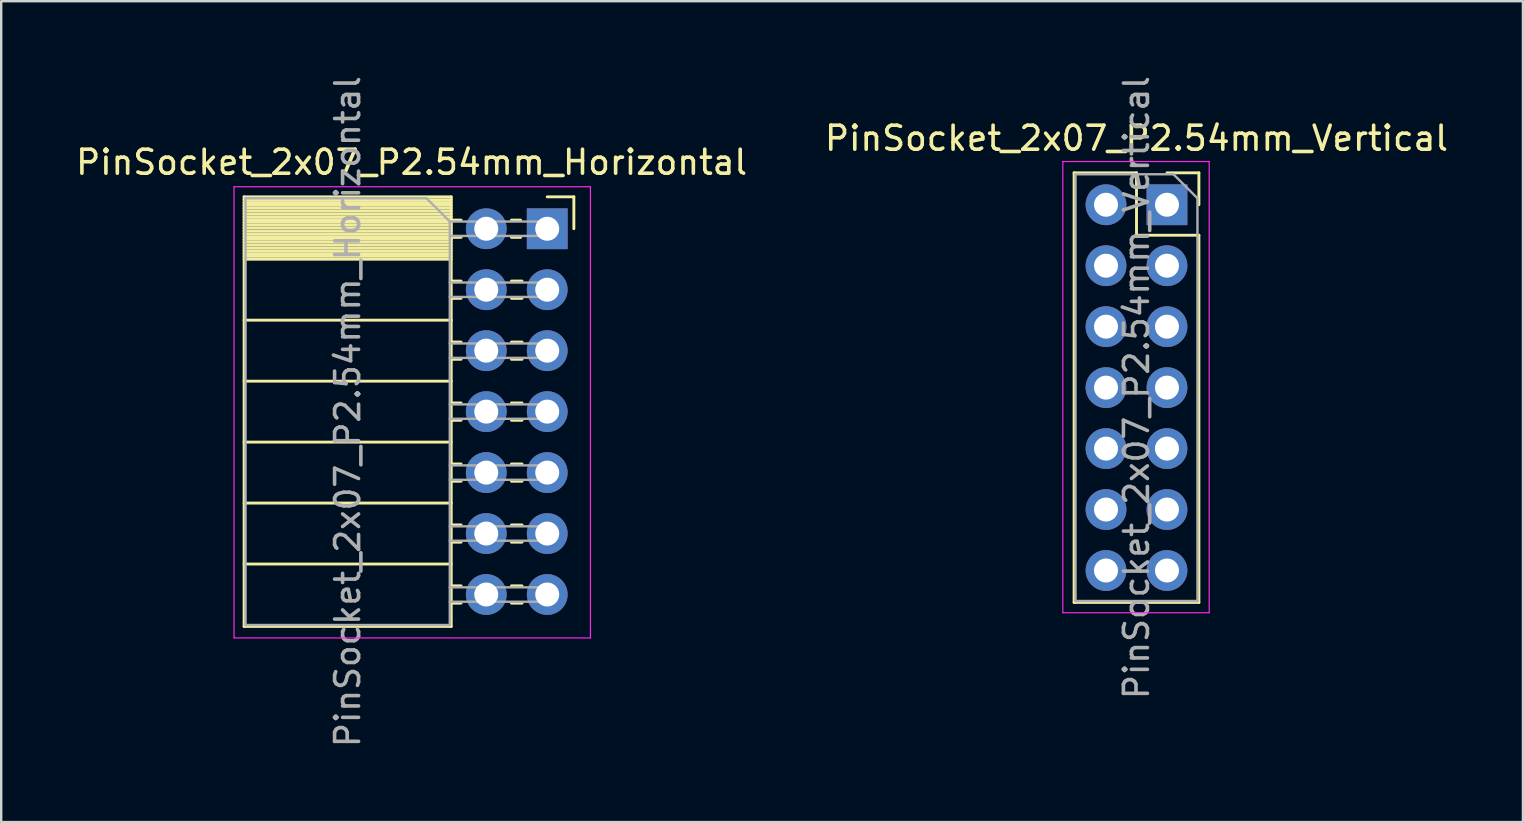
<source format=kicad_pcb>
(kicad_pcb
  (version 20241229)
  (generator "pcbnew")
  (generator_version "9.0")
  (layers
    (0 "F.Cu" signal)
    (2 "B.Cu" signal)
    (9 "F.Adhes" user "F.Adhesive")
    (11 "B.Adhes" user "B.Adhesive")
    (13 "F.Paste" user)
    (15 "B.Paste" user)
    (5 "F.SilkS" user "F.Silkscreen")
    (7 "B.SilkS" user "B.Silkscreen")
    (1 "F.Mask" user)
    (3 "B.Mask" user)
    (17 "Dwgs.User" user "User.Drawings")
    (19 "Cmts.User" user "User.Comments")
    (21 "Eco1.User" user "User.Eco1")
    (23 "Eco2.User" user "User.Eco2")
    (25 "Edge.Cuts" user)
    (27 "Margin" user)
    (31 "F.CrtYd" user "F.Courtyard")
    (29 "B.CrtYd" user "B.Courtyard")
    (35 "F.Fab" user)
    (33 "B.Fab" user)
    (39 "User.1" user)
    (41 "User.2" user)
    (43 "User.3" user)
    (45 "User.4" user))
  (footprint "PinSocket_2x07_P2.54mm_Vertical"
    (layer "F.Cu")
    (at 45.574 5.481)
    (property "Reference" "PinSocket_2x07_P2.54mm_Vertical" (at -1.27 -2.77 0) (layer "F.SilkS") (effects (font (size 1 1) (thickness 0.15))))
    (attr through_hole)
    (fp_line (start -3.87 -1.33) (end -3.87 16.57) (stroke (width 0.12) (type solid)) (layer "F.SilkS"))
    (fp_line (start -3.87 -1.33) (end -1.27 -1.33) (stroke (width 0.12) (type solid)) (layer "F.SilkS"))
    (fp_line (start -3.87 16.57) (end 1.33 16.57) (stroke (width 0.12) (type solid)) (layer "F.SilkS"))
    (fp_line (start -1.27 -1.33) (end -1.27 1.27) (stroke (width 0.12) (type solid)) (layer "F.SilkS"))
    (fp_line (start -1.27 1.27) (end 1.33 1.27) (stroke (width 0.12) (type solid)) (layer "F.SilkS"))
    (fp_line (start 0 -1.33) (end 1.33 -1.33) (stroke (width 0.12) (type solid)) (layer "F.SilkS"))
    (fp_line (start 1.33 -1.33) (end 1.33 0) (stroke (width 0.12) (type solid)) (layer "F.SilkS"))
    (fp_line (start 1.33 1.27) (end 1.33 16.57) (stroke (width 0.12) (type solid)) (layer "F.SilkS"))
    (fp_line (start -4.34 -1.8) (end 1.76 -1.8) (stroke (width 0.05) (type solid)) (layer "F.CrtYd"))
    (fp_line (start -4.34 17) (end -4.34 -1.8) (stroke (width 0.05) (type solid)) (layer "F.CrtYd"))
    (fp_line (start 1.76 -1.8) (end 1.76 17) (stroke (width 0.05) (type solid)) (layer "F.CrtYd"))
    (fp_line (start 1.76 17) (end -4.34 17) (stroke (width 0.05) (type solid)) (layer "F.CrtYd"))
    (fp_line (start -3.81 -1.27) (end 0.27 -1.27) (stroke (width 0.1) (type solid)) (layer "F.Fab"))
    (fp_line (start -3.81 16.51) (end -3.81 -1.27) (stroke (width 0.1) (type solid)) (layer "F.Fab"))
    (fp_line (start 0.27 -1.27) (end 1.27 -0.27) (stroke (width 0.1) (type solid)) (layer "F.Fab"))
    (fp_line (start 1.27 -0.27) (end 1.27 16.51) (stroke (width 0.1) (type solid)) (layer "F.Fab"))
    (fp_line (start 1.27 16.51) (end -3.81 16.51) (stroke (width 0.1) (type solid)) (layer "F.Fab"))
    (fp_text user "${REFERENCE}" (at -1.27 7.62 90) (layer "F.Fab") (effects (font (size 1 1) (thickness 0.15))))
    (pad "1" thru_hole rect (at 0 0) (size 1.7 1.7) (drill 1) (layers "*.Cu" "*.Mask"))
    (pad "2" thru_hole circle (at -2.54 0) (size 1.7 1.7) (drill 1) (layers "*.Cu" "*.Mask"))
    (pad "3" thru_hole circle (at 0 2.54) (size 1.7 1.7) (drill 1) (layers "*.Cu" "*.Mask"))
    (pad "4" thru_hole circle (at -2.54 2.54) (size 1.7 1.7) (drill 1) (layers "*.Cu" "*.Mask"))
    (pad "5" thru_hole circle (at 0 5.08) (size 1.7 1.7) (drill 1) (layers "*.Cu" "*.Mask"))
    (pad "6" thru_hole circle (at -2.54 5.08) (size 1.7 1.7) (drill 1) (layers "*.Cu" "*.Mask"))
    (pad "7" thru_hole circle (at 0 7.62) (size 1.7 1.7) (drill 1) (layers "*.Cu" "*.Mask"))
    (pad "8" thru_hole circle (at -2.54 7.62) (size 1.7 1.7) (drill 1) (layers "*.Cu" "*.Mask"))
    (pad "9" thru_hole circle (at 0 10.16) (size 1.7 1.7) (drill 1) (layers "*.Cu" "*.Mask"))
    (pad "10" thru_hole circle (at -2.54 10.16) (size 1.7 1.7) (drill 1) (layers "*.Cu" "*.Mask"))
    (pad "11" thru_hole circle (at 0 12.7) (size 1.7 1.7) (drill 1) (layers "*.Cu" "*.Mask"))
    (pad "12" thru_hole circle (at -2.54 12.7) (size 1.7 1.7) (drill 1) (layers "*.Cu" "*.Mask"))
    (pad "13" thru_hole circle (at 0 15.24) (size 1.7 1.7) (drill 1) (layers "*.Cu" "*.Mask"))
    (pad "14" thru_hole circle (at -2.54 15.24) (size 1.7 1.7) (drill 1) (layers "*.Cu" "*.Mask")))
  (footprint "PinSocket_2x07_P2.54mm_Horizontal"
    (layer "F.Cu")
    (at 19.751 6.481)
    (property "Reference" "PinSocket_2x07_P2.54mm_Horizontal" (at -5.65 -2.77 0) (layer "F.SilkS") (effects (font (size 1 1) (thickness 0.15))))
    (attr through_hole)
    (fp_line (start -12.63 -1.33) (end -12.63 16.57) (stroke (width 0.12) (type solid)) (layer "F.SilkS"))
    (fp_line (start -12.63 -1.33) (end -4 -1.33) (stroke (width 0.12) (type solid)) (layer "F.SilkS"))
    (fp_line (start -12.63 -1.21) (end -4 -1.21) (stroke (width 0.12) (type solid)) (layer "F.SilkS"))
    (fp_line (start -12.63 -1.092) (end -4 -1.092) (stroke (width 0.12) (type solid)) (layer "F.SilkS"))
    (fp_line (start -12.63 -0.974) (end -4 -0.974) (stroke (width 0.12) (type solid)) (layer "F.SilkS"))
    (fp_line (start -12.63 -0.856) (end -4 -0.856) (stroke (width 0.12) (type solid)) (layer "F.SilkS"))
    (fp_line (start -12.63 -0.738) (end -4 -0.738) (stroke (width 0.12) (type solid)) (layer "F.SilkS"))
    (fp_line (start -12.63 -0.62) (end -4 -0.62) (stroke (width 0.12) (type solid)) (layer "F.SilkS"))
    (fp_line (start -12.63 -0.501) (end -4 -0.501) (stroke (width 0.12) (type solid)) (layer "F.SilkS"))
    (fp_line (start -12.63 -0.383) (end -4 -0.383) (stroke (width 0.12) (type solid)) (layer "F.SilkS"))
    (fp_line (start -12.63 -0.265) (end -4 -0.265) (stroke (width 0.12) (type solid)) (layer "F.SilkS"))
    (fp_line (start -12.63 -0.147) (end -4 -0.147) (stroke (width 0.12) (type solid)) (layer "F.SilkS"))
    (fp_line (start -12.63 -0.029) (end -4 -0.029) (stroke (width 0.12) (type solid)) (layer "F.SilkS"))
    (fp_line (start -12.63 0.089) (end -4 0.089) (stroke (width 0.12) (type solid)) (layer "F.SilkS"))
    (fp_line (start -12.63 0.207) (end -4 0.207) (stroke (width 0.12) (type solid)) (layer "F.SilkS"))
    (fp_line (start -12.63 0.325) (end -4 0.325) (stroke (width 0.12) (type solid)) (layer "F.SilkS"))
    (fp_line (start -12.63 0.443) (end -4 0.443) (stroke (width 0.12) (type solid)) (layer "F.SilkS"))
    (fp_line (start -12.63 0.561) (end -4 0.561) (stroke (width 0.12) (type solid)) (layer "F.SilkS"))
    (fp_line (start -12.63 0.68) (end -4 0.68) (stroke (width 0.12) (type solid)) (layer "F.SilkS"))
    (fp_line (start -12.63 0.798) (end -4 0.798) (stroke (width 0.12) (type solid)) (layer "F.SilkS"))
    (fp_line (start -12.63 0.916) (end -4 0.916) (stroke (width 0.12) (type solid)) (layer "F.SilkS"))
    (fp_line (start -12.63 1.034) (end -4 1.034) (stroke (width 0.12) (type solid)) (layer "F.SilkS"))
    (fp_line (start -12.63 1.152) (end -4 1.152) (stroke (width 0.12) (type solid)) (layer "F.SilkS"))
    (fp_line (start -12.63 1.27) (end -4 1.27) (stroke (width 0.12) (type solid)) (layer "F.SilkS"))
    (fp_line (start -12.63 3.81) (end -4 3.81) (stroke (width 0.12) (type solid)) (layer "F.SilkS"))
    (fp_line (start -12.63 6.35) (end -4 6.35) (stroke (width 0.12) (type solid)) (layer "F.SilkS"))
    (fp_line (start -12.63 8.89) (end -4 8.89) (stroke (width 0.12) (type solid)) (layer "F.SilkS"))
    (fp_line (start -12.63 11.43) (end -4 11.43) (stroke (width 0.12) (type solid)) (layer "F.SilkS"))
    (fp_line (start -12.63 13.97) (end -4 13.97) (stroke (width 0.12) (type solid)) (layer "F.SilkS"))
    (fp_line (start -12.63 16.57) (end -4 16.57) (stroke (width 0.12) (type solid)) (layer "F.SilkS"))
    (fp_line (start -4 -1.33) (end -4 16.57) (stroke (width 0.12) (type solid)) (layer "F.SilkS"))
    (fp_line (start -4 -0.36) (end -3.59 -0.36) (stroke (width 0.12) (type solid)) (layer "F.SilkS"))
    (fp_line (start -4 0.36) (end -3.59 0.36) (stroke (width 0.12) (type solid)) (layer "F.SilkS"))
    (fp_line (start -4 2.18) (end -3.59 2.18) (stroke (width 0.12) (type solid)) (layer "F.SilkS"))
    (fp_line (start -4 2.9) (end -3.59 2.9) (stroke (width 0.12) (type solid)) (layer "F.SilkS"))
    (fp_line (start -4 4.72) (end -3.59 4.72) (stroke (width 0.12) (type solid)) (layer "F.SilkS"))
    (fp_line (start -4 5.44) (end -3.59 5.44) (stroke (width 0.12) (type solid)) (layer "F.SilkS"))
    (fp_line (start -4 7.26) (end -3.59 7.26) (stroke (width 0.12) (type solid)) (layer "F.SilkS"))
    (fp_line (start -4 7.98) (end -3.59 7.98) (stroke (width 0.12) (type solid)) (layer "F.SilkS"))
    (fp_line (start -4 9.8) (end -3.59 9.8) (stroke (width 0.12) (type solid)) (layer "F.SilkS"))
    (fp_line (start -4 10.52) (end -3.59 10.52) (stroke (width 0.12) (type solid)) (layer "F.SilkS"))
    (fp_line (start -4 12.34) (end -3.59 12.34) (stroke (width 0.12) (type solid)) (layer "F.SilkS"))
    (fp_line (start -4 13.06) (end -3.59 13.06) (stroke (width 0.12) (type solid)) (layer "F.SilkS"))
    (fp_line (start -4 14.88) (end -3.59 14.88) (stroke (width 0.12) (type solid)) (layer "F.SilkS"))
    (fp_line (start -4 15.6) (end -3.59 15.6) (stroke (width 0.12) (type solid)) (layer "F.SilkS"))
    (fp_line (start -1.49 -0.36) (end -1.11 -0.36) (stroke (width 0.12) (type solid)) (layer "F.SilkS"))
    (fp_line (start -1.49 0.36) (end -1.11 0.36) (stroke (width 0.12) (type solid)) (layer "F.SilkS"))
    (fp_line (start -1.49 2.18) (end -1.05 2.18) (stroke (width 0.12) (type solid)) (layer "F.SilkS"))
    (fp_line (start -1.49 2.9) (end -1.05 2.9) (stroke (width 0.12) (type solid)) (layer "F.SilkS"))
    (fp_line (start -1.49 4.72) (end -1.05 4.72) (stroke (width 0.12) (type solid)) (layer "F.SilkS"))
    (fp_line (start -1.49 5.44) (end -1.05 5.44) (stroke (width 0.12) (type solid)) (layer "F.SilkS"))
    (fp_line (start -1.49 7.26) (end -1.05 7.26) (stroke (width 0.12) (type solid)) (layer "F.SilkS"))
    (fp_line (start -1.49 7.98) (end -1.05 7.98) (stroke (width 0.12) (type solid)) (layer "F.SilkS"))
    (fp_line (start -1.49 9.8) (end -1.05 9.8) (stroke (width 0.12) (type solid)) (layer "F.SilkS"))
    (fp_line (start -1.49 10.52) (end -1.05 10.52) (stroke (width 0.12) (type solid)) (layer "F.SilkS"))
    (fp_line (start -1.49 12.34) (end -1.05 12.34) (stroke (width 0.12) (type solid)) (layer "F.SilkS"))
    (fp_line (start -1.49 13.06) (end -1.05 13.06) (stroke (width 0.12) (type solid)) (layer "F.SilkS"))
    (fp_line (start -1.49 14.88) (end -1.05 14.88) (stroke (width 0.12) (type solid)) (layer "F.SilkS"))
    (fp_line (start -1.49 15.6) (end -1.05 15.6) (stroke (width 0.12) (type solid)) (layer "F.SilkS"))
    (fp_line (start 0 -1.33) (end 1.11 -1.33) (stroke (width 0.12) (type solid)) (layer "F.SilkS"))
    (fp_line (start 1.11 -1.33) (end 1.11 0) (stroke (width 0.12) (type solid)) (layer "F.SilkS"))
    (fp_line (start -13.05 -1.75) (end -13.05 17.05) (stroke (width 0.05) (type solid)) (layer "F.CrtYd"))
    (fp_line (start -13.05 17.05) (end 1.8 17.05) (stroke (width 0.05) (type solid)) (layer "F.CrtYd"))
    (fp_line (start 1.8 -1.75) (end -13.05 -1.75) (stroke (width 0.05) (type solid)) (layer "F.CrtYd"))
    (fp_line (start 1.8 17.05) (end 1.8 -1.75) (stroke (width 0.05) (type solid)) (layer "F.CrtYd"))
    (fp_line (start -12.57 -1.27) (end -5.03 -1.27) (stroke (width 0.1) (type solid)) (layer "F.Fab"))
    (fp_line (start -12.57 16.51) (end -12.57 -1.27) (stroke (width 0.1) (type solid)) (layer "F.Fab"))
    (fp_line (start -5.03 -1.27) (end -4.06 -0.3) (stroke (width 0.1) (type solid)) (layer "F.Fab"))
    (fp_line (start -4.06 -0.3) (end -4.06 16.51) (stroke (width 0.1) (type solid)) (layer "F.Fab"))
    (fp_line (start -4.06 0.3) (end 0 0.3) (stroke (width 0.1) (type solid)) (layer "F.Fab"))
    (fp_line (start -4.06 2.84) (end 0 2.84) (stroke (width 0.1) (type solid)) (layer "F.Fab"))
    (fp_line (start -4.06 5.38) (end 0 5.38) (stroke (width 0.1) (type solid)) (layer "F.Fab"))
    (fp_line (start -4.06 7.92) (end 0 7.92) (stroke (width 0.1) (type solid)) (layer "F.Fab"))
    (fp_line (start -4.06 10.46) (end 0 10.46) (stroke (width 0.1) (type solid)) (layer "F.Fab"))
    (fp_line (start -4.06 13) (end 0 13) (stroke (width 0.1) (type solid)) (layer "F.Fab"))
    (fp_line (start -4.06 15.54) (end 0 15.54) (stroke (width 0.1) (type solid)) (layer "F.Fab"))
    (fp_line (start -4.06 16.51) (end -12.57 16.51) (stroke (width 0.1) (type solid)) (layer "F.Fab"))
    (fp_line (start 0 -0.3) (end -4.06 -0.3) (stroke (width 0.1) (type solid)) (layer "F.Fab"))
    (fp_line (start 0 0.3) (end 0 -0.3) (stroke (width 0.1) (type solid)) (layer "F.Fab"))
    (fp_line (start 0 2.24) (end -4.06 2.24) (stroke (width 0.1) (type solid)) (layer "F.Fab"))
    (fp_line (start 0 2.84) (end 0 2.24) (stroke (width 0.1) (type solid)) (layer "F.Fab"))
    (fp_line (start 0 4.78) (end -4.06 4.78) (stroke (width 0.1) (type solid)) (layer "F.Fab"))
    (fp_line (start 0 5.38) (end 0 4.78) (stroke (width 0.1) (type solid)) (layer "F.Fab"))
    (fp_line (start 0 7.32) (end -4.06 7.32) (stroke (width 0.1) (type solid)) (layer "F.Fab"))
    (fp_line (start 0 7.92) (end 0 7.32) (stroke (width 0.1) (type solid)) (layer "F.Fab"))
    (fp_line (start 0 9.86) (end -4.06 9.86) (stroke (width 0.1) (type solid)) (layer "F.Fab"))
    (fp_line (start 0 10.46) (end 0 9.86) (stroke (width 0.1) (type solid)) (layer "F.Fab"))
    (fp_line (start 0 12.4) (end -4.06 12.4) (stroke (width 0.1) (type solid)) (layer "F.Fab"))
    (fp_line (start 0 13) (end 0 12.4) (stroke (width 0.1) (type solid)) (layer "F.Fab"))
    (fp_line (start 0 14.94) (end -4.06 14.94) (stroke (width 0.1) (type solid)) (layer "F.Fab"))
    (fp_line (start 0 15.54) (end 0 14.94) (stroke (width 0.1) (type solid)) (layer "F.Fab"))
    (fp_text user "${REFERENCE}" (at -8.315 7.62 90) (layer "F.Fab") (effects (font (size 1 1) (thickness 0.15))))
    (pad "1" thru_hole rect (at 0 0) (size 1.7 1.7) (drill 1) (layers "*.Cu" "*.Mask"))
    (pad "2" thru_hole circle (at -2.54 0) (size 1.7 1.7) (drill 1) (layers "*.Cu" "*.Mask"))
    (pad "3" thru_hole circle (at 0 2.54) (size 1.7 1.7) (drill 1) (layers "*.Cu" "*.Mask"))
    (pad "4" thru_hole circle (at -2.54 2.54) (size 1.7 1.7) (drill 1) (layers "*.Cu" "*.Mask"))
    (pad "5" thru_hole circle (at 0 5.08) (size 1.7 1.7) (drill 1) (layers "*.Cu" "*.Mask"))
    (pad "6" thru_hole circle (at -2.54 5.08) (size 1.7 1.7) (drill 1) (layers "*.Cu" "*.Mask"))
    (pad "7" thru_hole circle (at 0 7.62) (size 1.7 1.7) (drill 1) (layers "*.Cu" "*.Mask"))
    (pad "8" thru_hole circle (at -2.54 7.62) (size 1.7 1.7) (drill 1) (layers "*.Cu" "*.Mask"))
    (pad "9" thru_hole circle (at 0 10.16) (size 1.7 1.7) (drill 1) (layers "*.Cu" "*.Mask"))
    (pad "10" thru_hole circle (at -2.54 10.16) (size 1.7 1.7) (drill 1) (layers "*.Cu" "*.Mask"))
    (pad "11" thru_hole circle (at 0 12.7) (size 1.7 1.7) (drill 1) (layers "*.Cu" "*.Mask"))
    (pad "12" thru_hole circle (at -2.54 12.7) (size 1.7 1.7) (drill 1) (layers "*.Cu" "*.Mask"))
    (pad "13" thru_hole circle (at 0 15.24) (size 1.7 1.7) (drill 1) (layers "*.Cu" "*.Mask"))
    (pad "14" thru_hole circle (at -2.54 15.24) (size 1.7 1.7) (drill 1) (layers "*.Cu" "*.Mask")))
  (gr_rect
    (start -3 -3)
    (end 60.405 31.202)
    (stroke (width 0.1) (type default))
    (fill no)
    (layer "Edge.Cuts")))
</source>
